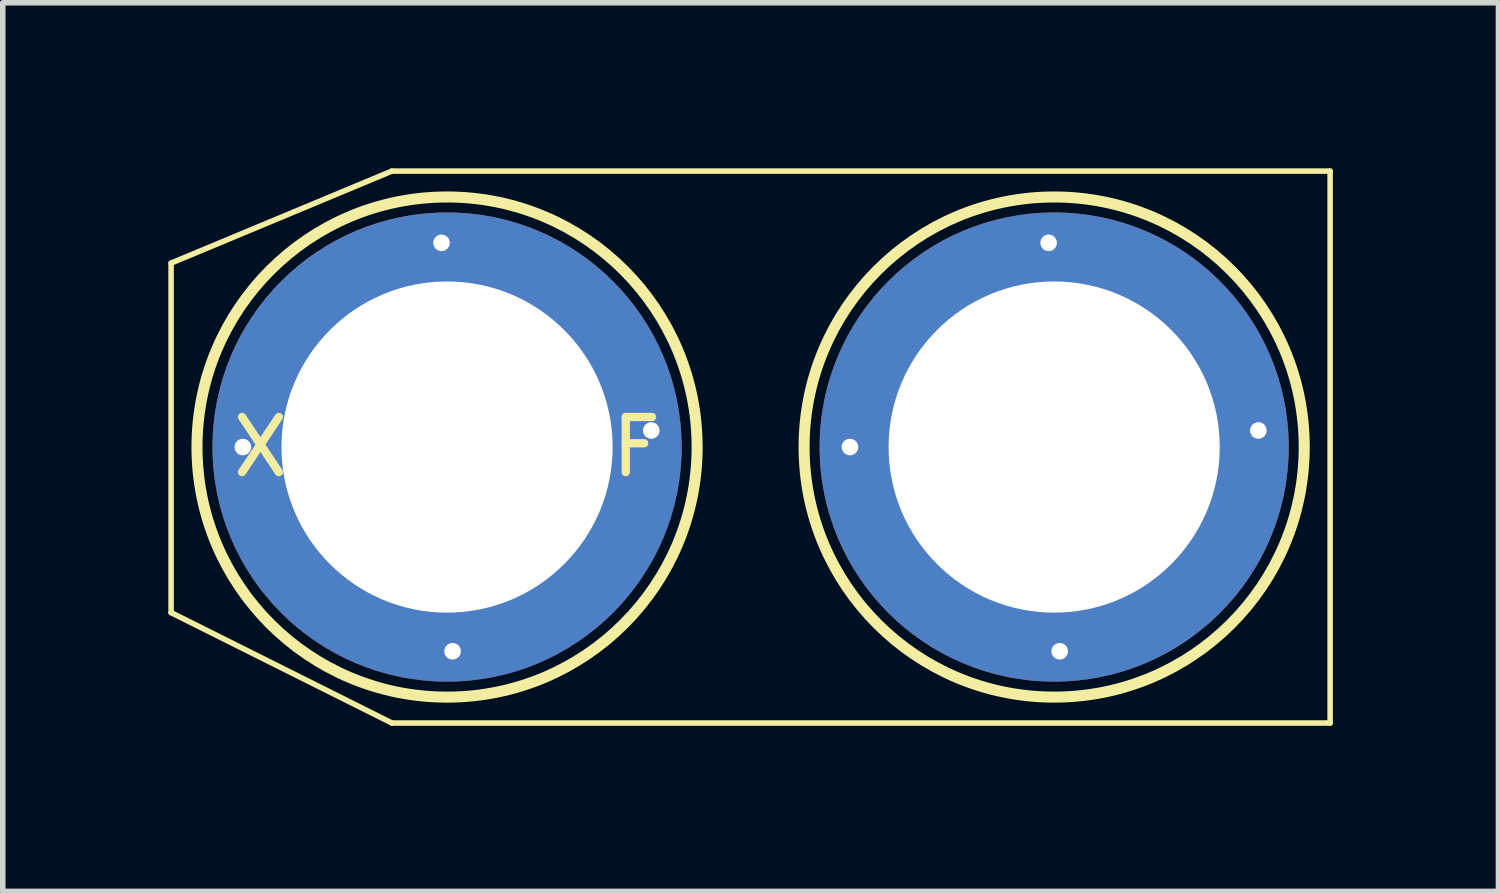
<source format=kicad_pcb>
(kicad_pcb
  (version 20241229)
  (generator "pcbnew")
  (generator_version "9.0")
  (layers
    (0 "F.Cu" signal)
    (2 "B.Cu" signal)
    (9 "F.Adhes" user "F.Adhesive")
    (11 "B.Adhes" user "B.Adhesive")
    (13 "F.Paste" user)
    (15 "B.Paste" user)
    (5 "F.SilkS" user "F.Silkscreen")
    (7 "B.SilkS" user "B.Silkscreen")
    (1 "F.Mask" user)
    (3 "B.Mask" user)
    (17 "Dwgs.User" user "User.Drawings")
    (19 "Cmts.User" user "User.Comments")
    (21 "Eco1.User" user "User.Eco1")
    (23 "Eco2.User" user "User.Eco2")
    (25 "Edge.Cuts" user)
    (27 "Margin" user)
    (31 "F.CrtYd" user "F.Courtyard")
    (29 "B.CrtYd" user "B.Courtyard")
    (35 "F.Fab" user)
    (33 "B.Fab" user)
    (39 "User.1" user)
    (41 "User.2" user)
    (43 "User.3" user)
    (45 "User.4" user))
  (footprint "XT90PB-F"
    (layer "F.Cu")
    (at 5.05 5.05)
    (property "Reference" "XT90PB-F" (at 0 0 0) (layer "F.SilkS") (effects (font (size 1 1) (thickness 0.15))))
    (fp_line (start -5 -3.333) (end -1 -5) (stroke (width 0.1) (type default)) (layer "F.SilkS"))
    (fp_line (start -5 3) (end -5 -3.333) (stroke (width 0.1) (type default)) (layer "F.SilkS"))
    (fp_line (start -1 -5) (end 16 -5) (stroke (width 0.1) (type default)) (layer "F.SilkS"))
    (fp_line (start -1 5) (end -5 3) (stroke (width 0.1) (type default)) (layer "F.SilkS"))
    (fp_line (start 16 -5) (end 16 5) (stroke (width 0.1) (type default)) (layer "F.SilkS"))
    (fp_line (start 16 5) (end -1 5) (stroke (width 0.1) (type default)) (layer "F.SilkS"))
    (fp_circle (center 0 0) (end 4.531 0) (stroke (width 0.2) (type default)) (fill no) (layer "F.SilkS"))
    (fp_circle (center 11 0) (end 15.531 0) (stroke (width 0.2) (type default)) (fill no) (layer "F.SilkS"))
    (pad "1" thru_hole circle (at 0 0) (size 8.5 8.5) (drill 6) (layers "*.Cu" "*.Mask"))
    (pad "2" thru_hole circle (at 11 0) (size 8.5 8.5) (drill 6) (layers "*.Cu" "*.Mask"))
    (pad "3" thru_hole circle (at -0.1 -3.7) (size 0.6 0.6) (drill 0.3) (layers "*.Cu" "*.Mask"))
    (pad "4" thru_hole circle (at 0.1 3.7) (size 0.6 0.6) (drill 0.3) (layers "*.Cu" "*.Mask"))
    (pad "5" thru_hole circle (at -3.7 0) (size 0.6 0.6) (drill 0.3) (layers "*.Cu" "*.Mask"))
    (pad "6" thru_hole circle (at 3.7 -0.3) (size 0.6 0.6) (drill 0.3) (layers "*.Cu" "*.Mask"))
    (pad "7" thru_hole circle (at 10.9 -3.7) (size 0.6 0.6) (drill 0.3) (layers "*.Cu" "*.Mask"))
    (pad "8" thru_hole circle (at 11.1 3.7) (size 0.6 0.6) (drill 0.3) (layers "*.Cu" "*.Mask"))
    (pad "9" thru_hole circle (at 7.3 0) (size 0.6 0.6) (drill 0.3) (layers "*.Cu" "*.Mask"))
    (pad "10" thru_hole circle (at 14.7 -0.3) (size 0.6 0.6) (drill 0.3) (layers "*.Cu" "*.Mask"))
    (pad "20" thru_hole circle (at 11 0) (size 0.6 0.6) (drill 0.3) (layers "*.Cu" "*.Mask")))
  (gr_rect
    (start -3 -3)
    (end 24.1 13.1)
    (stroke (width 0.1) (type default))
    (fill no)
    (layer "Edge.Cuts")))
</source>
